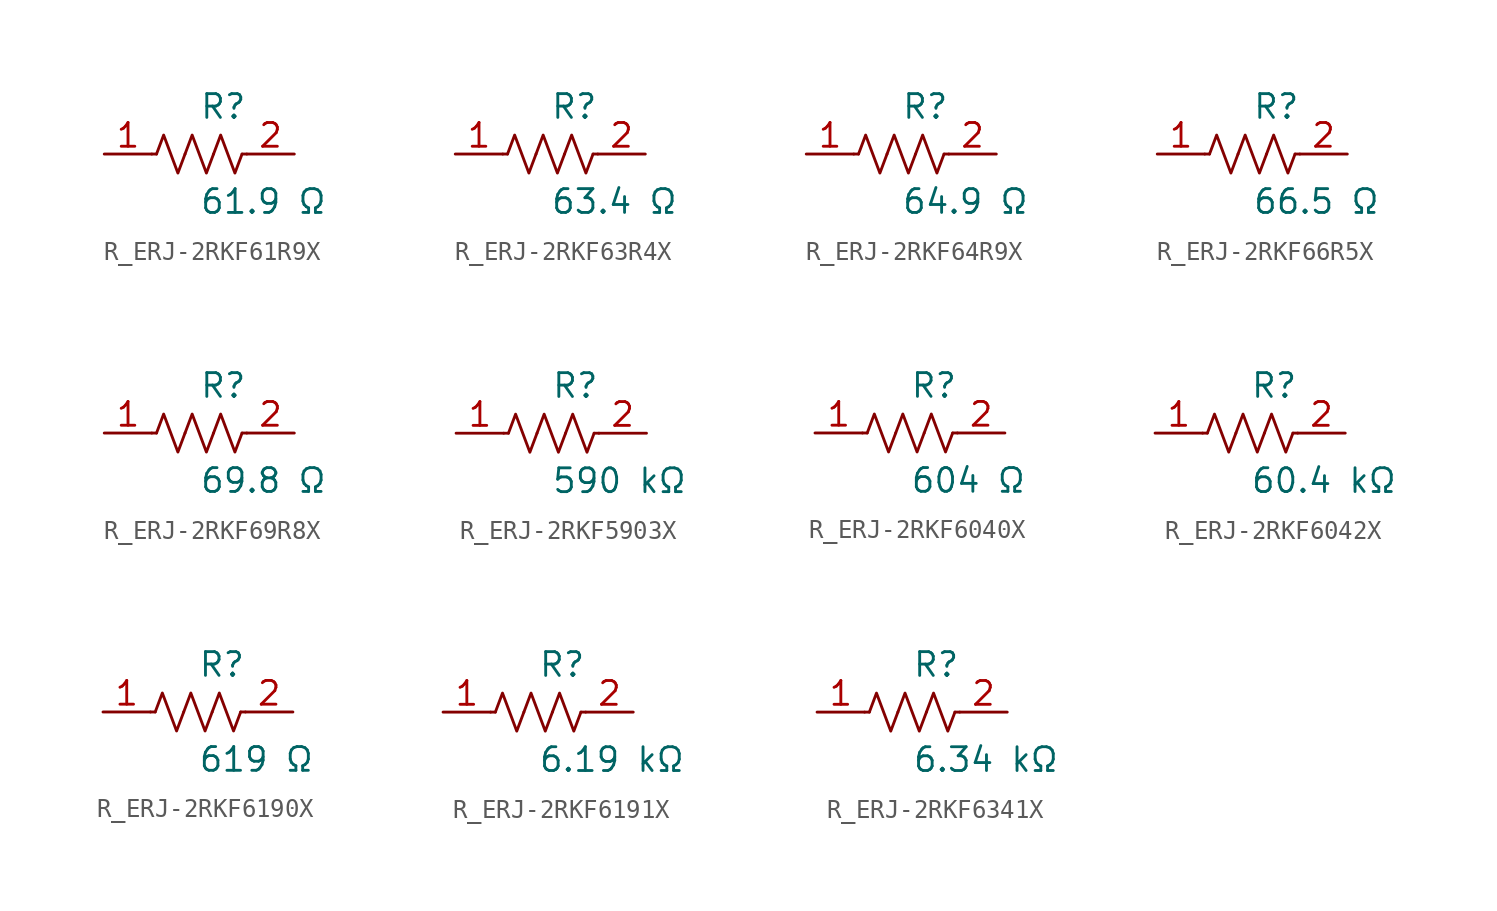
<source format=kicad_sym>
(kicad_symbol_lib
  (version 20231120)
  (generator kicad_symbol_editor)
  (generator_version 8.0)
  (symbol "R_ERJ-2RKF61R9X"
    (pin_names
      (offset 0.254))
    (property "Reference" "R"
      (at 0.0 2.54 0)
      (effects (font (size 1.27 1.27)) (justify left)))
    (property "Value" "61.9 Ω"
      (at 0.0 -2.54 0)
      (effects (font (size 1.27 1.27)) (justify left)))
    (symbol "R_ERJ-2RKF61R9X_0_1"
      (polyline (pts (xy 2.286 0) (xy 2.54 0)) (stroke (width 0) (type default)) (fill (type none)))
      (polyline (pts (xy -2.286 0) (xy -2.54 0)) (stroke (width 0) (type default)) (fill (type none)))
      (polyline (pts (xy 0.762 0) (xy 1.143 1.016) (xy 1.524 0) (xy 1.905 -1.016) (xy 2.286 0)) (stroke (width 0) (type default)) (fill (type none)))
      (polyline (pts (xy -0.762 0) (xy -0.381 1.016) (xy 0 0) (xy 0.381 -1.016) (xy 0.762 0)) (stroke (width 0) (type default)) (fill (type none)))
      (polyline (pts (xy -2.286 0) (xy -1.905 1.016) (xy -1.524 0) (xy -1.143 -1.016) (xy -0.762 0)) (stroke (width 0) (type default)) (fill (type none))))
    (pin unspecified line
      (at -5.08 0 0)
      (length 2.54)
      (name "" (effects (font (size 1.27 1.27))))
      (number "1" (effects (font (size 1.27 1.27)))))
    (pin unspecified line
      (at 5.08 0 180)
      (length 2.54)
      (name "" (effects (font (size 1.27 1.27))))
      (number "2" (effects (font (size 1.27 1.27))))))
  (symbol "R_ERJ-2RKF63R4X"
    (pin_names
      (offset 0.254))
    (property "Reference" "R"
      (at 0.0 2.54 0)
      (effects (font (size 1.27 1.27)) (justify left)))
    (property "Value" "63.4 Ω"
      (at 0.0 -2.54 0)
      (effects (font (size 1.27 1.27)) (justify left)))
    (symbol "R_ERJ-2RKF63R4X_0_1"
      (polyline (pts (xy 2.286 0) (xy 2.54 0)) (stroke (width 0) (type default)) (fill (type none)))
      (polyline (pts (xy -2.286 0) (xy -2.54 0)) (stroke (width 0) (type default)) (fill (type none)))
      (polyline (pts (xy 0.762 0) (xy 1.143 1.016) (xy 1.524 0) (xy 1.905 -1.016) (xy 2.286 0)) (stroke (width 0) (type default)) (fill (type none)))
      (polyline (pts (xy -0.762 0) (xy -0.381 1.016) (xy 0 0) (xy 0.381 -1.016) (xy 0.762 0)) (stroke (width 0) (type default)) (fill (type none)))
      (polyline (pts (xy -2.286 0) (xy -1.905 1.016) (xy -1.524 0) (xy -1.143 -1.016) (xy -0.762 0)) (stroke (width 0) (type default)) (fill (type none))))
    (pin unspecified line
      (at -5.08 0 0)
      (length 2.54)
      (name "" (effects (font (size 1.27 1.27))))
      (number "1" (effects (font (size 1.27 1.27)))))
    (pin unspecified line
      (at 5.08 0 180)
      (length 2.54)
      (name "" (effects (font (size 1.27 1.27))))
      (number "2" (effects (font (size 1.27 1.27))))))
  (symbol "R_ERJ-2RKF64R9X"
    (pin_names
      (offset 0.254))
    (property "Reference" "R"
      (at 0.0 2.54 0)
      (effects (font (size 1.27 1.27)) (justify left)))
    (property "Value" "64.9 Ω"
      (at 0.0 -2.54 0)
      (effects (font (size 1.27 1.27)) (justify left)))
    (symbol "R_ERJ-2RKF64R9X_0_1"
      (polyline (pts (xy 2.286 0) (xy 2.54 0)) (stroke (width 0) (type default)) (fill (type none)))
      (polyline (pts (xy -2.286 0) (xy -2.54 0)) (stroke (width 0) (type default)) (fill (type none)))
      (polyline (pts (xy 0.762 0) (xy 1.143 1.016) (xy 1.524 0) (xy 1.905 -1.016) (xy 2.286 0)) (stroke (width 0) (type default)) (fill (type none)))
      (polyline (pts (xy -0.762 0) (xy -0.381 1.016) (xy 0 0) (xy 0.381 -1.016) (xy 0.762 0)) (stroke (width 0) (type default)) (fill (type none)))
      (polyline (pts (xy -2.286 0) (xy -1.905 1.016) (xy -1.524 0) (xy -1.143 -1.016) (xy -0.762 0)) (stroke (width 0) (type default)) (fill (type none))))
    (pin unspecified line
      (at -5.08 0 0)
      (length 2.54)
      (name "" (effects (font (size 1.27 1.27))))
      (number "1" (effects (font (size 1.27 1.27)))))
    (pin unspecified line
      (at 5.08 0 180)
      (length 2.54)
      (name "" (effects (font (size 1.27 1.27))))
      (number "2" (effects (font (size 1.27 1.27))))))
  (symbol "R_ERJ-2RKF66R5X"
    (pin_names
      (offset 0.254))
    (property "Reference" "R"
      (at 0.0 2.54 0)
      (effects (font (size 1.27 1.27)) (justify left)))
    (property "Value" "66.5 Ω"
      (at 0.0 -2.54 0)
      (effects (font (size 1.27 1.27)) (justify left)))
    (symbol "R_ERJ-2RKF66R5X_0_1"
      (polyline (pts (xy 2.286 0) (xy 2.54 0)) (stroke (width 0) (type default)) (fill (type none)))
      (polyline (pts (xy -2.286 0) (xy -2.54 0)) (stroke (width 0) (type default)) (fill (type none)))
      (polyline (pts (xy 0.762 0) (xy 1.143 1.016) (xy 1.524 0) (xy 1.905 -1.016) (xy 2.286 0)) (stroke (width 0) (type default)) (fill (type none)))
      (polyline (pts (xy -0.762 0) (xy -0.381 1.016) (xy 0 0) (xy 0.381 -1.016) (xy 0.762 0)) (stroke (width 0) (type default)) (fill (type none)))
      (polyline (pts (xy -2.286 0) (xy -1.905 1.016) (xy -1.524 0) (xy -1.143 -1.016) (xy -0.762 0)) (stroke (width 0) (type default)) (fill (type none))))
    (pin unspecified line
      (at -5.08 0 0)
      (length 2.54)
      (name "" (effects (font (size 1.27 1.27))))
      (number "1" (effects (font (size 1.27 1.27)))))
    (pin unspecified line
      (at 5.08 0 180)
      (length 2.54)
      (name "" (effects (font (size 1.27 1.27))))
      (number "2" (effects (font (size 1.27 1.27))))))
  (symbol "R_ERJ-2RKF69R8X"
    (pin_names
      (offset 0.254))
    (property "Reference" "R"
      (at 0.0 2.54 0)
      (effects (font (size 1.27 1.27)) (justify left)))
    (property "Value" "69.8 Ω"
      (at 0.0 -2.54 0)
      (effects (font (size 1.27 1.27)) (justify left)))
    (symbol "R_ERJ-2RKF69R8X_0_1"
      (polyline (pts (xy 2.286 0) (xy 2.54 0)) (stroke (width 0) (type default)) (fill (type none)))
      (polyline (pts (xy -2.286 0) (xy -2.54 0)) (stroke (width 0) (type default)) (fill (type none)))
      (polyline (pts (xy 0.762 0) (xy 1.143 1.016) (xy 1.524 0) (xy 1.905 -1.016) (xy 2.286 0)) (stroke (width 0) (type default)) (fill (type none)))
      (polyline (pts (xy -0.762 0) (xy -0.381 1.016) (xy 0 0) (xy 0.381 -1.016) (xy 0.762 0)) (stroke (width 0) (type default)) (fill (type none)))
      (polyline (pts (xy -2.286 0) (xy -1.905 1.016) (xy -1.524 0) (xy -1.143 -1.016) (xy -0.762 0)) (stroke (width 0) (type default)) (fill (type none))))
    (pin unspecified line
      (at -5.08 0 0)
      (length 2.54)
      (name "" (effects (font (size 1.27 1.27))))
      (number "1" (effects (font (size 1.27 1.27)))))
    (pin unspecified line
      (at 5.08 0 180)
      (length 2.54)
      (name "" (effects (font (size 1.27 1.27))))
      (number "2" (effects (font (size 1.27 1.27))))))
  (symbol "R_ERJ-2RKF5903X"
    (pin_names
      (offset 0.254))
    (property "Reference" "R"
      (at 0.0 2.54 0)
      (effects (font (size 1.27 1.27)) (justify left)))
    (property "Value" "590 kΩ"
      (at 0.0 -2.54 0)
      (effects (font (size 1.27 1.27)) (justify left)))
    (symbol "R_ERJ-2RKF5903X_0_1"
      (polyline (pts (xy 2.286 0) (xy 2.54 0)) (stroke (width 0) (type default)) (fill (type none)))
      (polyline (pts (xy -2.286 0) (xy -2.54 0)) (stroke (width 0) (type default)) (fill (type none)))
      (polyline (pts (xy 0.762 0) (xy 1.143 1.016) (xy 1.524 0) (xy 1.905 -1.016) (xy 2.286 0)) (stroke (width 0) (type default)) (fill (type none)))
      (polyline (pts (xy -0.762 0) (xy -0.381 1.016) (xy 0 0) (xy 0.381 -1.016) (xy 0.762 0)) (stroke (width 0) (type default)) (fill (type none)))
      (polyline (pts (xy -2.286 0) (xy -1.905 1.016) (xy -1.524 0) (xy -1.143 -1.016) (xy -0.762 0)) (stroke (width 0) (type default)) (fill (type none))))
    (pin unspecified line
      (at -5.08 0 0)
      (length 2.54)
      (name "" (effects (font (size 1.27 1.27))))
      (number "1" (effects (font (size 1.27 1.27)))))
    (pin unspecified line
      (at 5.08 0 180)
      (length 2.54)
      (name "" (effects (font (size 1.27 1.27))))
      (number "2" (effects (font (size 1.27 1.27))))))
  (symbol "R_ERJ-2RKF6040X"
    (pin_names
      (offset 0.254))
    (property "Reference" "R"
      (at 0.0 2.54 0)
      (effects (font (size 1.27 1.27)) (justify left)))
    (property "Value" "604 Ω"
      (at 0.0 -2.54 0)
      (effects (font (size 1.27 1.27)) (justify left)))
    (symbol "R_ERJ-2RKF6040X_0_1"
      (polyline (pts (xy 2.286 0) (xy 2.54 0)) (stroke (width 0) (type default)) (fill (type none)))
      (polyline (pts (xy -2.286 0) (xy -2.54 0)) (stroke (width 0) (type default)) (fill (type none)))
      (polyline (pts (xy 0.762 0) (xy 1.143 1.016) (xy 1.524 0) (xy 1.905 -1.016) (xy 2.286 0)) (stroke (width 0) (type default)) (fill (type none)))
      (polyline (pts (xy -0.762 0) (xy -0.381 1.016) (xy 0 0) (xy 0.381 -1.016) (xy 0.762 0)) (stroke (width 0) (type default)) (fill (type none)))
      (polyline (pts (xy -2.286 0) (xy -1.905 1.016) (xy -1.524 0) (xy -1.143 -1.016) (xy -0.762 0)) (stroke (width 0) (type default)) (fill (type none))))
    (pin unspecified line
      (at -5.08 0 0)
      (length 2.54)
      (name "" (effects (font (size 1.27 1.27))))
      (number "1" (effects (font (size 1.27 1.27)))))
    (pin unspecified line
      (at 5.08 0 180)
      (length 2.54)
      (name "" (effects (font (size 1.27 1.27))))
      (number "2" (effects (font (size 1.27 1.27))))))
  (symbol "R_ERJ-2RKF6042X"
    (pin_names
      (offset 0.254))
    (property "Reference" "R"
      (at 0.0 2.54 0)
      (effects (font (size 1.27 1.27)) (justify left)))
    (property "Value" "60.4 kΩ"
      (at 0.0 -2.54 0)
      (effects (font (size 1.27 1.27)) (justify left)))
    (symbol "R_ERJ-2RKF6042X_0_1"
      (polyline (pts (xy 2.286 0) (xy 2.54 0)) (stroke (width 0) (type default)) (fill (type none)))
      (polyline (pts (xy -2.286 0) (xy -2.54 0)) (stroke (width 0) (type default)) (fill (type none)))
      (polyline (pts (xy 0.762 0) (xy 1.143 1.016) (xy 1.524 0) (xy 1.905 -1.016) (xy 2.286 0)) (stroke (width 0) (type default)) (fill (type none)))
      (polyline (pts (xy -0.762 0) (xy -0.381 1.016) (xy 0 0) (xy 0.381 -1.016) (xy 0.762 0)) (stroke (width 0) (type default)) (fill (type none)))
      (polyline (pts (xy -2.286 0) (xy -1.905 1.016) (xy -1.524 0) (xy -1.143 -1.016) (xy -0.762 0)) (stroke (width 0) (type default)) (fill (type none))))
    (pin unspecified line
      (at -5.08 0 0)
      (length 2.54)
      (name "" (effects (font (size 1.27 1.27))))
      (number "1" (effects (font (size 1.27 1.27)))))
    (pin unspecified line
      (at 5.08 0 180)
      (length 2.54)
      (name "" (effects (font (size 1.27 1.27))))
      (number "2" (effects (font (size 1.27 1.27))))))
  (symbol "R_ERJ-2RKF6190X"
    (pin_names
      (offset 0.254))
    (property "Reference" "R"
      (at 0.0 2.54 0)
      (effects (font (size 1.27 1.27)) (justify left)))
    (property "Value" "619 Ω"
      (at 0.0 -2.54 0)
      (effects (font (size 1.27 1.27)) (justify left)))
    (symbol "R_ERJ-2RKF6190X_0_1"
      (polyline (pts (xy 2.286 0) (xy 2.54 0)) (stroke (width 0) (type default)) (fill (type none)))
      (polyline (pts (xy -2.286 0) (xy -2.54 0)) (stroke (width 0) (type default)) (fill (type none)))
      (polyline (pts (xy 0.762 0) (xy 1.143 1.016) (xy 1.524 0) (xy 1.905 -1.016) (xy 2.286 0)) (stroke (width 0) (type default)) (fill (type none)))
      (polyline (pts (xy -0.762 0) (xy -0.381 1.016) (xy 0 0) (xy 0.381 -1.016) (xy 0.762 0)) (stroke (width 0) (type default)) (fill (type none)))
      (polyline (pts (xy -2.286 0) (xy -1.905 1.016) (xy -1.524 0) (xy -1.143 -1.016) (xy -0.762 0)) (stroke (width 0) (type default)) (fill (type none))))
    (pin unspecified line
      (at -5.08 0 0)
      (length 2.54)
      (name "" (effects (font (size 1.27 1.27))))
      (number "1" (effects (font (size 1.27 1.27)))))
    (pin unspecified line
      (at 5.08 0 180)
      (length 2.54)
      (name "" (effects (font (size 1.27 1.27))))
      (number "2" (effects (font (size 1.27 1.27))))))
  (symbol "R_ERJ-2RKF6191X"
    (pin_names
      (offset 0.254))
    (property "Reference" "R"
      (at 0.0 2.54 0)
      (effects (font (size 1.27 1.27)) (justify left)))
    (property "Value" "6.19 kΩ"
      (at 0.0 -2.54 0)
      (effects (font (size 1.27 1.27)) (justify left)))
    (symbol "R_ERJ-2RKF6191X_0_1"
      (polyline (pts (xy 2.286 0) (xy 2.54 0)) (stroke (width 0) (type default)) (fill (type none)))
      (polyline (pts (xy -2.286 0) (xy -2.54 0)) (stroke (width 0) (type default)) (fill (type none)))
      (polyline (pts (xy 0.762 0) (xy 1.143 1.016) (xy 1.524 0) (xy 1.905 -1.016) (xy 2.286 0)) (stroke (width 0) (type default)) (fill (type none)))
      (polyline (pts (xy -0.762 0) (xy -0.381 1.016) (xy 0 0) (xy 0.381 -1.016) (xy 0.762 0)) (stroke (width 0) (type default)) (fill (type none)))
      (polyline (pts (xy -2.286 0) (xy -1.905 1.016) (xy -1.524 0) (xy -1.143 -1.016) (xy -0.762 0)) (stroke (width 0) (type default)) (fill (type none))))
    (pin unspecified line
      (at -5.08 0 0)
      (length 2.54)
      (name "" (effects (font (size 1.27 1.27))))
      (number "1" (effects (font (size 1.27 1.27)))))
    (pin unspecified line
      (at 5.08 0 180)
      (length 2.54)
      (name "" (effects (font (size 1.27 1.27))))
      (number "2" (effects (font (size 1.27 1.27))))))
  (symbol "R_ERJ-2RKF6341X"
    (pin_names
      (offset 0.254))
    (property "Reference" "R"
      (at 0.0 2.54 0)
      (effects (font (size 1.27 1.27)) (justify left)))
    (property "Value" "6.34 kΩ"
      (at 0.0 -2.54 0)
      (effects (font (size 1.27 1.27)) (justify left)))
    (symbol "R_ERJ-2RKF6341X_0_1"
      (polyline (pts (xy 2.286 0) (xy 2.54 0)) (stroke (width 0) (type default)) (fill (type none)))
      (polyline (pts (xy -2.286 0) (xy -2.54 0)) (stroke (width 0) (type default)) (fill (type none)))
      (polyline (pts (xy 0.762 0) (xy 1.143 1.016) (xy 1.524 0) (xy 1.905 -1.016) (xy 2.286 0)) (stroke (width 0) (type default)) (fill (type none)))
      (polyline (pts (xy -0.762 0) (xy -0.381 1.016) (xy 0 0) (xy 0.381 -1.016) (xy 0.762 0)) (stroke (width 0) (type default)) (fill (type none)))
      (polyline (pts (xy -2.286 0) (xy -1.905 1.016) (xy -1.524 0) (xy -1.143 -1.016) (xy -0.762 0)) (stroke (width 0) (type default)) (fill (type none))))
    (pin unspecified line
      (at -5.08 0 0)
      (length 2.54)
      (name "" (effects (font (size 1.27 1.27))))
      (number "1" (effects (font (size 1.27 1.27)))))
    (pin unspecified line
      (at 5.08 0 180)
      (length 2.54)
      (name "" (effects (font (size 1.27 1.27))))
      (number "2" (effects (font (size 1.27 1.27)))))))
</source>
